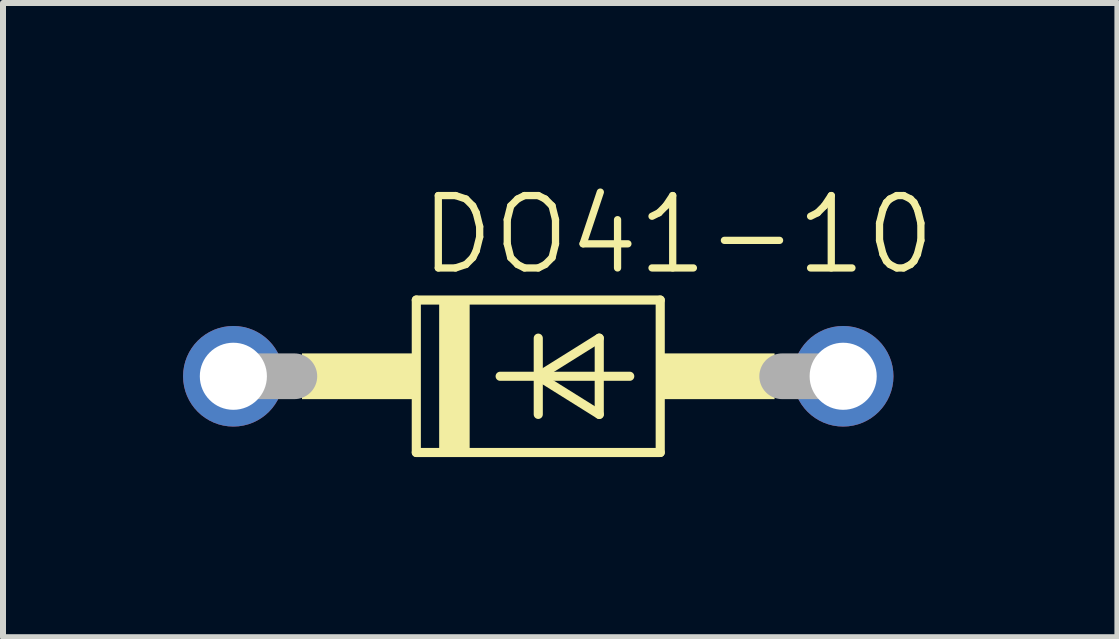
<source format=kicad_pcb>
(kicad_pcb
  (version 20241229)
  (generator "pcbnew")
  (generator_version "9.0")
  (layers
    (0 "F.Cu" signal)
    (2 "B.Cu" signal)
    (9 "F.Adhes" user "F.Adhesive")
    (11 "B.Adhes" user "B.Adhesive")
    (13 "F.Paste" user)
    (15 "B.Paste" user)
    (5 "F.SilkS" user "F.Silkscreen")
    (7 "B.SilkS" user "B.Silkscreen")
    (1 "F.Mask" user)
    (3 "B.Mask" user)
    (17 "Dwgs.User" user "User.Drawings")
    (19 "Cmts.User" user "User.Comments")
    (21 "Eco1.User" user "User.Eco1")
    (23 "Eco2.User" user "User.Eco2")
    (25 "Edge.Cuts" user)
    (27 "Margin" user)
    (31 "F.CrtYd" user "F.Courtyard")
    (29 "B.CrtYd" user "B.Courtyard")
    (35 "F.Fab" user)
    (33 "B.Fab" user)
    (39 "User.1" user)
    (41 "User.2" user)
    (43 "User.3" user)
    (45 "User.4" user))
  (footprint "DO41-10"
    (layer "F.Cu")
    (at 5.918 3.219)
    (property "Reference" "DO41-10" (at -2.032 -1.651 0) (layer "F.SilkS") (effects (font (size 1.206 1.206) (thickness 0.121)) (justify left bottom)))
    (attr through_hole)
    (fp_line (start -2.032 -1.27) (end -2.032 1.27) (stroke (width 0.152) (type solid)) (layer "F.SilkS"))
    (fp_line (start -2.032 -1.27) (end 2.032 -1.27) (stroke (width 0.152) (type solid)) (layer "F.SilkS"))
    (fp_line (start -0.635 0) (end 0 0) (stroke (width 0.152) (type solid)) (layer "F.SilkS"))
    (fp_line (start 0 -0.635) (end 0 0) (stroke (width 0.152) (type solid)) (layer "F.SilkS"))
    (fp_line (start 0 0) (end 0 0.635) (stroke (width 0.152) (type solid)) (layer "F.SilkS"))
    (fp_line (start 0 0) (end 1.016 -0.635) (stroke (width 0.152) (type solid)) (layer "F.SilkS"))
    (fp_line (start 0 0) (end 1.524 0) (stroke (width 0.152) (type solid)) (layer "F.SilkS"))
    (fp_line (start 1.016 -0.635) (end 1.016 0.635) (stroke (width 0.152) (type solid)) (layer "F.SilkS"))
    (fp_line (start 1.016 0.635) (end 0 0) (stroke (width 0.152) (type solid)) (layer "F.SilkS"))
    (fp_line (start 2.032 1.27) (end -2.032 1.27) (stroke (width 0.152) (type solid)) (layer "F.SilkS"))
    (fp_line (start 2.032 1.27) (end 2.032 -1.27) (stroke (width 0.152) (type solid)) (layer "F.SilkS"))
    (fp_poly (pts (xy -3.937 0.381) (xy -2.032 0.381) (xy -2.032 -0.381) (xy -3.937 -0.381)) (stroke (width 0) (type solid)) (fill yes) (layer "F.SilkS"))
    (fp_poly (pts (xy -1.651 1.27) (xy -1.143 1.27) (xy -1.143 -1.27) (xy -1.651 -1.27)) (stroke (width 0) (type solid)) (fill yes) (layer "F.SilkS"))
    (fp_poly (pts (xy 2.032 0.381) (xy 3.937 0.381) (xy 3.937 -0.381) (xy 2.032 -0.381)) (stroke (width 0) (type solid)) (fill yes) (layer "F.SilkS"))
    (fp_line (start -5.08 0) (end -4.064 0) (stroke (width 0.762) (type solid)) (layer "F.Fab"))
    (fp_line (start 5.08 0) (end 4.064 0) (stroke (width 0.762) (type solid)) (layer "F.Fab"))
    (pad "A" thru_hole circle (at 5.08 0) (size 1.676 1.676) (drill 1.118) (layers "*.Cu" "*.Mask"))
    (pad "C" thru_hole circle (at -5.08 0) (size 1.676 1.676) (drill 1.118) (layers "*.Cu" "*.Mask")))
  (gr_rect
    (start -3 -3)
    (end 15.567 7.566)
    (stroke (width 0.1) (type default))
    (fill no)
    (layer "Edge.Cuts")))
</source>
